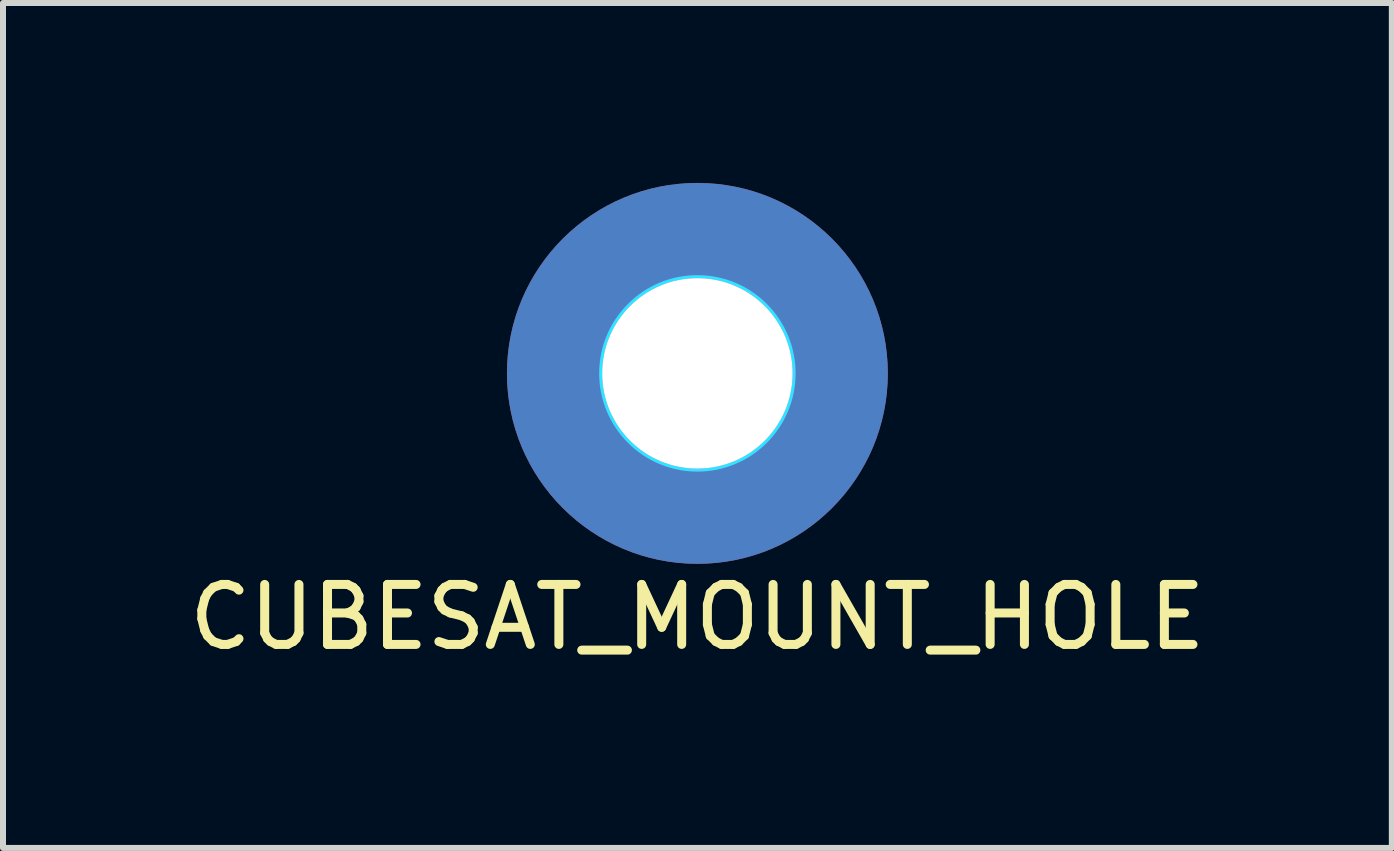
<source format=kicad_pcb>
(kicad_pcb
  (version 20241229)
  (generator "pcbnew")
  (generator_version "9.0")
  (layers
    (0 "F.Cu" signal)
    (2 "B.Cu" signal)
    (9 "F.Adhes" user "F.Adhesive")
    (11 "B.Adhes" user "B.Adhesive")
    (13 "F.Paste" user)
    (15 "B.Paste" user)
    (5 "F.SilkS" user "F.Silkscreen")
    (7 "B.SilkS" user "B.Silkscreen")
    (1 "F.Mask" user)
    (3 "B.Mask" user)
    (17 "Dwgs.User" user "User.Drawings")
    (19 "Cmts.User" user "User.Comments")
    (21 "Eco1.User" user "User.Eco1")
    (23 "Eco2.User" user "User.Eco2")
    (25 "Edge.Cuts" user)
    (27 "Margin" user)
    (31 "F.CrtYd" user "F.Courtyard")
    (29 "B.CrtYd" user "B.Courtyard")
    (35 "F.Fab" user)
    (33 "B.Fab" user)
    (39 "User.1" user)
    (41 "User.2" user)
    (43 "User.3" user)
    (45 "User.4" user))
  (footprint "CUBESAT_MOUNT_HOLE"
    (layer "F.Cu")
    (at 8.577 3.175)
    (property "Reference" "CUBESAT_MOUNT_HOLE" (at 0 4.064 0) (layer "F.SilkS") (effects (font (size 1 1) (thickness 0.15))))
    (attr through_hole)
    (fp_circle (center 0 0) (end 1.6 0.2) (stroke (width 0.05) (type solid)) (fill no) (layer "B.CrtYd"))
    (fp_circle (center 0 0) (end 1.6 0.2) (stroke (width 0.05) (type solid)) (fill no) (layer "F.CrtYd"))
    (pad "1" thru_hole circle (at 0 0) (size 6.35 6.35) (drill 3.175) (layers "*.Cu" "*.Mask")))
  (gr_rect
    (start -3 -3)
    (end 20.155 11.087)
    (stroke (width 0.1) (type default))
    (fill no)
    (layer "Edge.Cuts")))
</source>
